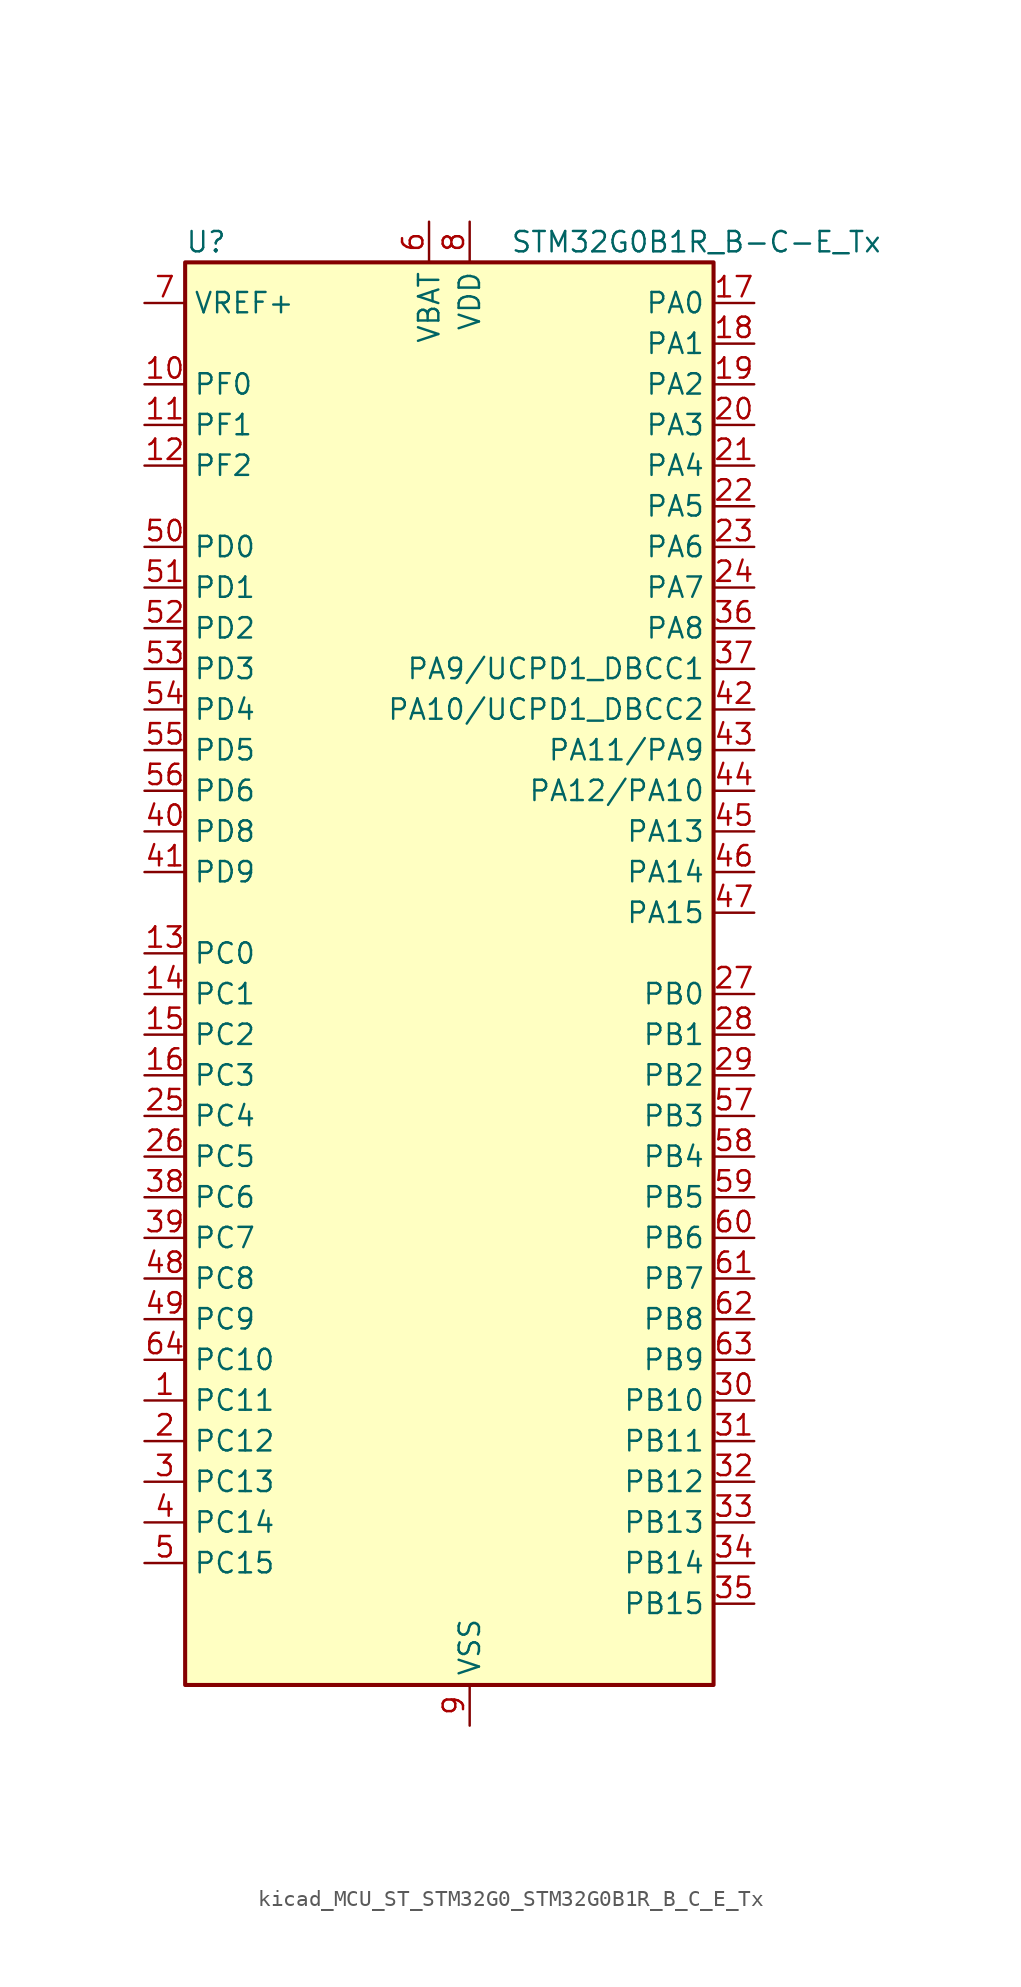
<source format=kicad_sym>
(kicad_symbol_lib
  (version 20220914)
  (generator kicad_symbol_editor)
  (symbol "kicad_MCU_ST_STM32G0_STM32G0B1R_B_C_E_Tx"
    (property "Reference" "U"
      (at -15.24 46.99 0)
      (effects (font (size 1.27 1.27)) (justify left)))
    (property "Value" "STM32G0B1R_B-C-E_Tx"
      (at 5.08 46.99 0)
      (effects (font (size 1.27 1.27)) (justify left)))
    (property "ki_locked" ""
      (at 0 0 0)
      (effects (font (size 1.27 1.27))))
    (symbol "kicad_MCU_ST_STM32G0_STM32G0B1R_B_C_E_Tx_0_1"
      (rectangle (start -15.24 -43.18) (end 17.78 45.72) (stroke (width 0.254) (type default)) (fill (type background))))
    (symbol "kicad_MCU_ST_STM32G0_STM32G0B1R_B_C_E_Tx_1_1"
      (pin bidirectional line (at -17.78 -25.4 0) (length 2.54) (name "PC11" (effects (font (size 1.27 1.27)))) (number "1" (effects (font (size 1.27 1.27)))) (alternate "ADC1_EXTI11" bidirectional line) (alternate "SPI3_MISO" bidirectional line) (alternate "TIM1_CH4" bidirectional line) (alternate "USART3_RX" bidirectional line) (alternate "USART4_RX" bidirectional line))
      (pin bidirectional line (at -17.78 38.1 0) (length 2.54) (name "PF0" (effects (font (size 1.27 1.27)))) (number "10" (effects (font (size 1.27 1.27)))) (alternate "CRS1_SYNC" bidirectional line) (alternate "RCC_OSC_IN" bidirectional line) (alternate "TIM14_CH1" bidirectional line))
      (pin bidirectional line (at -17.78 35.56 0) (length 2.54) (name "PF1" (effects (font (size 1.27 1.27)))) (number "11" (effects (font (size 1.27 1.27)))) (alternate "RCC_OSC_EN" bidirectional line) (alternate "RCC_OSC_OUT" bidirectional line) (alternate "TIM15_CH1N" bidirectional line))
      (pin bidirectional line (at -17.78 33.02 0) (length 2.54) (name "PF2" (effects (font (size 1.27 1.27)))) (number "12" (effects (font (size 1.27 1.27)))) (alternate "LPUART2_DE" bidirectional line) (alternate "LPUART2_RTS" bidirectional line) (alternate "LPUART2_TX" bidirectional line) (alternate "RCC_MCO" bidirectional line))
      (pin bidirectional line (at -17.78 2.54 0) (length 2.54) (name "PC0" (effects (font (size 1.27 1.27)))) (number "13" (effects (font (size 1.27 1.27)))) (alternate "COMP3_INM" bidirectional line) (alternate "COMP3_OUT" bidirectional line) (alternate "I2C3_SCL" bidirectional line) (alternate "LPTIM1_IN1" bidirectional line) (alternate "LPTIM2_IN1" bidirectional line) (alternate "LPUART1_RX" bidirectional line) (alternate "LPUART2_TX" bidirectional line) (alternate "USART6_TX" bidirectional line))
      (pin bidirectional line (at -17.78 0 0) (length 2.54) (name "PC1" (effects (font (size 1.27 1.27)))) (number "14" (effects (font (size 1.27 1.27)))) (alternate "COMP3_INP" bidirectional line) (alternate "I2C3_SDA" bidirectional line) (alternate "LPTIM1_OUT" bidirectional line) (alternate "LPUART1_TX" bidirectional line) (alternate "LPUART2_RX" bidirectional line) (alternate "TIM15_CH1" bidirectional line) (alternate "USART6_RX" bidirectional line))
      (pin bidirectional line (at -17.78 -2.54 0) (length 2.54) (name "PC2" (effects (font (size 1.27 1.27)))) (number "15" (effects (font (size 1.27 1.27)))) (alternate "COMP3_OUT" bidirectional line) (alternate "FDCAN2_RX" bidirectional line) (alternate "I2S2_MCK" bidirectional line) (alternate "LPTIM1_IN2" bidirectional line) (alternate "SPI2_MISO" bidirectional line) (alternate "TIM15_CH2" bidirectional line))
      (pin bidirectional line (at -17.78 -5.08 0) (length 2.54) (name "PC3" (effects (font (size 1.27 1.27)))) (number "16" (effects (font (size 1.27 1.27)))) (alternate "FDCAN2_TX" bidirectional line) (alternate "I2S2_SD" bidirectional line) (alternate "LPTIM1_ETR" bidirectional line) (alternate "LPTIM2_ETR" bidirectional line) (alternate "SPI2_MOSI" bidirectional line))
      (pin bidirectional line (at 20.32 43.18 180) (length 2.54) (name "PA0" (effects (font (size 1.27 1.27)))) (number "17" (effects (font (size 1.27 1.27)))) (alternate "ADC1_IN0" bidirectional line) (alternate "COMP1_INM" bidirectional line) (alternate "COMP1_OUT" bidirectional line) (alternate "I2S2_CK" bidirectional line) (alternate "LPTIM1_OUT" bidirectional line) (alternate "RTC_TAMP_IN2" bidirectional line) (alternate "SPI2_SCK" bidirectional line) (alternate "SYS_WKUP1" bidirectional line) (alternate "TIM2_CH1" bidirectional line) (alternate "TIM2_ETR" bidirectional line) (alternate "UCPD2_FRSTX1" bidirectional line) (alternate "UCPD2_FRSTX2" bidirectional line) (alternate "USART2_CTS" bidirectional line) (alternate "USART2_NSS" bidirectional line) (alternate "USART4_TX" bidirectional line))
      (pin bidirectional line (at 20.32 40.64 180) (length 2.54) (name "PA1" (effects (font (size 1.27 1.27)))) (number "18" (effects (font (size 1.27 1.27)))) (alternate "ADC1_IN1" bidirectional line) (alternate "COMP1_INP" bidirectional line) (alternate "I2C1_SMBA" bidirectional line) (alternate "I2S1_CK" bidirectional line) (alternate "SPI1_SCK" bidirectional line) (alternate "TIM15_CH1N" bidirectional line) (alternate "TIM2_CH2" bidirectional line) (alternate "USART2_CK" bidirectional line) (alternate "USART2_DE" bidirectional line) (alternate "USART2_RTS" bidirectional line) (alternate "USART4_RX" bidirectional line))
      (pin bidirectional line (at 20.32 38.1 180) (length 2.54) (name "PA2" (effects (font (size 1.27 1.27)))) (number "19" (effects (font (size 1.27 1.27)))) (alternate "ADC1_IN2" bidirectional line) (alternate "COMP2_INM" bidirectional line) (alternate "COMP2_OUT" bidirectional line) (alternate "I2S1_SD" bidirectional line) (alternate "LPUART1_TX" bidirectional line) (alternate "RCC_LSCO" bidirectional line) (alternate "SPI1_MOSI" bidirectional line) (alternate "SYS_WKUP4" bidirectional line) (alternate "TIM15_CH1" bidirectional line) (alternate "TIM2_CH3" bidirectional line) (alternate "UCPD1_FRSTX1" bidirectional line) (alternate "UCPD1_FRSTX2" bidirectional line) (alternate "USART2_TX" bidirectional line))
      (pin bidirectional line (at -17.78 -27.94 0) (length 2.54) (name "PC12" (effects (font (size 1.27 1.27)))) (number "2" (effects (font (size 1.27 1.27)))) (alternate "LPTIM1_IN1" bidirectional line) (alternate "SPI3_MOSI" bidirectional line) (alternate "TIM14_CH1" bidirectional line) (alternate "UCPD1_FRSTX1" bidirectional line) (alternate "UCPD1_FRSTX2" bidirectional line) (alternate "USART5_TX" bidirectional line))
      (pin bidirectional line (at 20.32 35.56 180) (length 2.54) (name "PA3" (effects (font (size 1.27 1.27)))) (number "20" (effects (font (size 1.27 1.27)))) (alternate "ADC1_IN3" bidirectional line) (alternate "COMP2_INP" bidirectional line) (alternate "I2S2_MCK" bidirectional line) (alternate "LPUART1_RX" bidirectional line) (alternate "SPI2_MISO" bidirectional line) (alternate "TIM15_CH2" bidirectional line) (alternate "TIM2_CH4" bidirectional line) (alternate "UCPD2_FRSTX1" bidirectional line) (alternate "UCPD2_FRSTX2" bidirectional line) (alternate "USART2_RX" bidirectional line))
      (pin bidirectional line (at 20.32 33.02 180) (length 2.54) (name "PA4" (effects (font (size 1.27 1.27)))) (number "21" (effects (font (size 1.27 1.27)))) (alternate "ADC1_IN4" bidirectional line) (alternate "DAC1_OUT1" bidirectional line) (alternate "I2S1_WS" bidirectional line) (alternate "I2S2_SD" bidirectional line) (alternate "LPTIM2_OUT" bidirectional line) (alternate "RTC_OUT2" bidirectional line) (alternate "SPI1_NSS" bidirectional line) (alternate "SPI2_MOSI" bidirectional line) (alternate "SPI3_NSS" bidirectional line) (alternate "TIM14_CH1" bidirectional line) (alternate "UCPD2_FRSTX1" bidirectional line) (alternate "UCPD2_FRSTX2" bidirectional line) (alternate "USART6_TX" bidirectional line) (alternate "USB_NOE" bidirectional line))
      (pin bidirectional line (at 20.32 30.48 180) (length 2.54) (name "PA5" (effects (font (size 1.27 1.27)))) (number "22" (effects (font (size 1.27 1.27)))) (alternate "ADC1_IN5" bidirectional line) (alternate "CEC" bidirectional line) (alternate "DAC1_OUT2" bidirectional line) (alternate "I2S1_CK" bidirectional line) (alternate "LPTIM2_ETR" bidirectional line) (alternate "SPI1_SCK" bidirectional line) (alternate "TIM2_CH1" bidirectional line) (alternate "TIM2_ETR" bidirectional line) (alternate "UCPD1_FRSTX1" bidirectional line) (alternate "UCPD1_FRSTX2" bidirectional line) (alternate "USART3_TX" bidirectional line) (alternate "USART6_RX" bidirectional line))
      (pin bidirectional line (at 20.32 27.94 180) (length 2.54) (name "PA6" (effects (font (size 1.27 1.27)))) (number "23" (effects (font (size 1.27 1.27)))) (alternate "ADC1_IN6" bidirectional line) (alternate "COMP1_OUT" bidirectional line) (alternate "I2C2_SDA" bidirectional line) (alternate "I2C3_SDA" bidirectional line) (alternate "I2S1_MCK" bidirectional line) (alternate "LPUART1_CTS" bidirectional line) (alternate "SPI1_MISO" bidirectional line) (alternate "TIM16_CH1" bidirectional line) (alternate "TIM1_BK" bidirectional line) (alternate "TIM3_CH1" bidirectional line) (alternate "USART3_CTS" bidirectional line) (alternate "USART3_NSS" bidirectional line) (alternate "USART6_CTS" bidirectional line) (alternate "USART6_NSS" bidirectional line))
      (pin bidirectional line (at 20.32 25.4 180) (length 2.54) (name "PA7" (effects (font (size 1.27 1.27)))) (number "24" (effects (font (size 1.27 1.27)))) (alternate "ADC1_IN7" bidirectional line) (alternate "COMP2_OUT" bidirectional line) (alternate "I2C2_SCL" bidirectional line) (alternate "I2C3_SCL" bidirectional line) (alternate "I2S1_SD" bidirectional line) (alternate "SPI1_MOSI" bidirectional line) (alternate "TIM14_CH1" bidirectional line) (alternate "TIM17_CH1" bidirectional line) (alternate "TIM1_CH1N" bidirectional line) (alternate "TIM3_CH2" bidirectional line) (alternate "UCPD1_FRSTX1" bidirectional line) (alternate "UCPD1_FRSTX2" bidirectional line) (alternate "USART6_CK" bidirectional line) (alternate "USART6_DE" bidirectional line) (alternate "USART6_RTS" bidirectional line))
      (pin bidirectional line (at -17.78 -7.62 0) (length 2.54) (name "PC4" (effects (font (size 1.27 1.27)))) (number "25" (effects (font (size 1.27 1.27)))) (alternate "ADC1_IN17" bidirectional line) (alternate "COMP1_INM" bidirectional line) (alternate "FDCAN1_RX" bidirectional line) (alternate "TIM2_CH1" bidirectional line) (alternate "TIM2_ETR" bidirectional line) (alternate "USART1_TX" bidirectional line) (alternate "USART3_TX" bidirectional line))
      (pin bidirectional line (at -17.78 -10.16 0) (length 2.54) (name "PC5" (effects (font (size 1.27 1.27)))) (number "26" (effects (font (size 1.27 1.27)))) (alternate "ADC1_IN18" bidirectional line) (alternate "COMP1_INP" bidirectional line) (alternate "FDCAN1_TX" bidirectional line) (alternate "SYS_WKUP5" bidirectional line) (alternate "TIM2_CH2" bidirectional line) (alternate "USART1_RX" bidirectional line) (alternate "USART3_RX" bidirectional line))
      (pin bidirectional line (at 20.32 0 180) (length 2.54) (name "PB0" (effects (font (size 1.27 1.27)))) (number "27" (effects (font (size 1.27 1.27)))) (alternate "ADC1_IN8" bidirectional line) (alternate "COMP1_OUT" bidirectional line) (alternate "COMP3_INP" bidirectional line) (alternate "FDCAN2_RX" bidirectional line) (alternate "I2S1_WS" bidirectional line) (alternate "LPTIM1_OUT" bidirectional line) (alternate "LPUART2_CTS" bidirectional line) (alternate "SPI1_NSS" bidirectional line) (alternate "TIM1_CH2N" bidirectional line) (alternate "TIM3_CH3" bidirectional line) (alternate "UCPD1_FRSTX1" bidirectional line) (alternate "UCPD1_FRSTX2" bidirectional line) (alternate "USART3_RX" bidirectional line) (alternate "USART5_TX" bidirectional line))
      (pin bidirectional line (at 20.32 -2.54 180) (length 2.54) (name "PB1" (effects (font (size 1.27 1.27)))) (number "28" (effects (font (size 1.27 1.27)))) (alternate "ADC1_IN9" bidirectional line) (alternate "COMP1_INM" bidirectional line) (alternate "COMP3_OUT" bidirectional line) (alternate "FDCAN2_TX" bidirectional line) (alternate "LPTIM2_IN1" bidirectional line) (alternate "LPUART1_DE" bidirectional line) (alternate "LPUART1_RTS" bidirectional line) (alternate "LPUART2_DE" bidirectional line) (alternate "LPUART2_RTS" bidirectional line) (alternate "TIM14_CH1" bidirectional line) (alternate "TIM1_CH3N" bidirectional line) (alternate "TIM3_CH4" bidirectional line) (alternate "USART3_CK" bidirectional line) (alternate "USART3_DE" bidirectional line) (alternate "USART3_RTS" bidirectional line) (alternate "USART5_RX" bidirectional line))
      (pin bidirectional line (at 20.32 -5.08 180) (length 2.54) (name "PB2" (effects (font (size 1.27 1.27)))) (number "29" (effects (font (size 1.27 1.27)))) (alternate "ADC1_IN10" bidirectional line) (alternate "COMP1_INP" bidirectional line) (alternate "COMP3_INM" bidirectional line) (alternate "I2S2_MCK" bidirectional line) (alternate "LPTIM1_OUT" bidirectional line) (alternate "RCC_MCO_2" bidirectional line) (alternate "SPI2_MISO" bidirectional line) (alternate "USART3_TX" bidirectional line))
      (pin bidirectional line (at -17.78 -30.48 0) (length 2.54) (name "PC13" (effects (font (size 1.27 1.27)))) (number "3" (effects (font (size 1.27 1.27)))) (alternate "RTC_OUT1" bidirectional line) (alternate "RTC_TAMP_IN1" bidirectional line) (alternate "RTC_TS" bidirectional line) (alternate "SYS_WKUP2" bidirectional line) (alternate "TIM1_BK" bidirectional line))
      (pin bidirectional line (at 20.32 -25.4 180) (length 2.54) (name "PB10" (effects (font (size 1.27 1.27)))) (number "30" (effects (font (size 1.27 1.27)))) (alternate "ADC1_IN11" bidirectional line) (alternate "CEC" bidirectional line) (alternate "COMP1_OUT" bidirectional line) (alternate "I2C2_SCL" bidirectional line) (alternate "I2S2_CK" bidirectional line) (alternate "LPUART1_RX" bidirectional line) (alternate "SPI2_SCK" bidirectional line) (alternate "TIM2_CH3" bidirectional line) (alternate "USART3_TX" bidirectional line))
      (pin bidirectional line (at 20.32 -27.94 180) (length 2.54) (name "PB11" (effects (font (size 1.27 1.27)))) (number "31" (effects (font (size 1.27 1.27)))) (alternate "ADC1_EXTI11" bidirectional line) (alternate "ADC1_IN15" bidirectional line) (alternate "COMP2_OUT" bidirectional line) (alternate "I2C2_SDA" bidirectional line) (alternate "I2S2_SD" bidirectional line) (alternate "LPUART1_TX" bidirectional line) (alternate "SPI2_MOSI" bidirectional line) (alternate "TIM2_CH4" bidirectional line) (alternate "USART3_RX" bidirectional line))
      (pin bidirectional line (at 20.32 -30.48 180) (length 2.54) (name "PB12" (effects (font (size 1.27 1.27)))) (number "32" (effects (font (size 1.27 1.27)))) (alternate "ADC1_IN16" bidirectional line) (alternate "FDCAN2_RX" bidirectional line) (alternate "I2C2_SMBA" bidirectional line) (alternate "I2S2_WS" bidirectional line) (alternate "LPUART1_DE" bidirectional line) (alternate "LPUART1_RTS" bidirectional line) (alternate "SPI2_NSS" bidirectional line) (alternate "TIM15_BK" bidirectional line) (alternate "TIM1_BK" bidirectional line) (alternate "UCPD2_FRSTX1" bidirectional line) (alternate "UCPD2_FRSTX2" bidirectional line))
      (pin bidirectional line (at 20.32 -33.02 180) (length 2.54) (name "PB13" (effects (font (size 1.27 1.27)))) (number "33" (effects (font (size 1.27 1.27)))) (alternate "FDCAN2_TX" bidirectional line) (alternate "I2C2_SCL" bidirectional line) (alternate "I2S2_CK" bidirectional line) (alternate "LPUART1_CTS" bidirectional line) (alternate "SPI2_SCK" bidirectional line) (alternate "TIM15_CH1N" bidirectional line) (alternate "TIM1_CH1N" bidirectional line) (alternate "USART3_CTS" bidirectional line) (alternate "USART3_NSS" bidirectional line))
      (pin bidirectional line (at 20.32 -35.56 180) (length 2.54) (name "PB14" (effects (font (size 1.27 1.27)))) (number "34" (effects (font (size 1.27 1.27)))) (alternate "I2C2_SDA" bidirectional line) (alternate "I2S2_MCK" bidirectional line) (alternate "SPI2_MISO" bidirectional line) (alternate "TIM15_CH1" bidirectional line) (alternate "TIM1_CH2N" bidirectional line) (alternate "UCPD1_FRSTX1" bidirectional line) (alternate "UCPD1_FRSTX2" bidirectional line) (alternate "USART3_CK" bidirectional line) (alternate "USART3_DE" bidirectional line) (alternate "USART3_RTS" bidirectional line) (alternate "USART6_CK" bidirectional line) (alternate "USART6_DE" bidirectional line) (alternate "USART6_RTS" bidirectional line))
      (pin bidirectional line (at 20.32 -38.1 180) (length 2.54) (name "PB15" (effects (font (size 1.27 1.27)))) (number "35" (effects (font (size 1.27 1.27)))) (alternate "I2S2_SD" bidirectional line) (alternate "RTC_REFIN" bidirectional line) (alternate "SPI2_MOSI" bidirectional line) (alternate "TIM15_CH1N" bidirectional line) (alternate "TIM15_CH2" bidirectional line) (alternate "TIM1_CH3N" bidirectional line) (alternate "UCPD1_CC2" bidirectional line) (alternate "USART6_CTS" bidirectional line) (alternate "USART6_NSS" bidirectional line))
      (pin bidirectional line (at 20.32 22.86 180) (length 2.54) (name "PA8" (effects (font (size 1.27 1.27)))) (number "36" (effects (font (size 1.27 1.27)))) (alternate "CRS1_SYNC" bidirectional line) (alternate "I2C2_SMBA" bidirectional line) (alternate "I2S2_WS" bidirectional line) (alternate "LPTIM2_OUT" bidirectional line) (alternate "RCC_MCO" bidirectional line) (alternate "SPI2_NSS" bidirectional line) (alternate "TIM1_CH1" bidirectional line) (alternate "UCPD1_CC1" bidirectional line))
      (pin bidirectional line (at 20.32 20.32 180) (length 2.54) (name "PA9/UCPD1_DBCC1" (effects (font (size 1.27 1.27)))) (number "37" (effects (font (size 1.27 1.27)))) (alternate "DAC1_EXTI9" bidirectional line) (alternate "I2C1_SCL" bidirectional line) (alternate "I2C2_SCL" bidirectional line) (alternate "I2S2_MCK" bidirectional line) (alternate "RCC_MCO" bidirectional line) (alternate "SPI2_MISO" bidirectional line) (alternate "TIM15_BK" bidirectional line) (alternate "TIM1_CH2" bidirectional line) (alternate "UCPD1_DBCC1" bidirectional line) (alternate "USART1_TX" bidirectional line))
      (pin bidirectional line (at -17.78 -12.7 0) (length 2.54) (name "PC6" (effects (font (size 1.27 1.27)))) (number "38" (effects (font (size 1.27 1.27)))) (alternate "LPUART2_TX" bidirectional line) (alternate "TIM2_CH3" bidirectional line) (alternate "TIM3_CH1" bidirectional line) (alternate "UCPD1_FRSTX1" bidirectional line) (alternate "UCPD1_FRSTX2" bidirectional line))
      (pin bidirectional line (at -17.78 -15.24 0) (length 2.54) (name "PC7" (effects (font (size 1.27 1.27)))) (number "39" (effects (font (size 1.27 1.27)))) (alternate "LPUART2_RX" bidirectional line) (alternate "TIM2_CH4" bidirectional line) (alternate "TIM3_CH2" bidirectional line) (alternate "UCPD2_FRSTX1" bidirectional line) (alternate "UCPD2_FRSTX2" bidirectional line))
      (pin bidirectional line (at -17.78 -33.02 0) (length 2.54) (name "PC14" (effects (font (size 1.27 1.27)))) (number "4" (effects (font (size 1.27 1.27)))) (alternate "RCC_OSC32_IN" bidirectional line) (alternate "TIM1_BK2" bidirectional line))
      (pin bidirectional line (at -17.78 10.16 0) (length 2.54) (name "PD8" (effects (font (size 1.27 1.27)))) (number "40" (effects (font (size 1.27 1.27)))) (alternate "I2S1_CK" bidirectional line) (alternate "LPTIM1_OUT" bidirectional line) (alternate "SPI1_SCK" bidirectional line) (alternate "USART3_TX" bidirectional line))
      (pin bidirectional line (at -17.78 7.62 0) (length 2.54) (name "PD9" (effects (font (size 1.27 1.27)))) (number "41" (effects (font (size 1.27 1.27)))) (alternate "DAC1_EXTI9" bidirectional line) (alternate "I2S1_WS" bidirectional line) (alternate "SPI1_NSS" bidirectional line) (alternate "TIM1_BK2" bidirectional line) (alternate "USART3_RX" bidirectional line))
      (pin bidirectional line (at 20.32 17.78 180) (length 2.54) (name "PA10/UCPD1_DBCC2" (effects (font (size 1.27 1.27)))) (number "42" (effects (font (size 1.27 1.27)))) (alternate "I2C1_SDA" bidirectional line) (alternate "I2C2_SDA" bidirectional line) (alternate "I2S2_SD" bidirectional line) (alternate "RCC_MCO_2" bidirectional line) (alternate "SPI2_MOSI" bidirectional line) (alternate "TIM17_BK" bidirectional line) (alternate "TIM1_CH3" bidirectional line) (alternate "UCPD1_DBCC2" bidirectional line) (alternate "USART1_RX" bidirectional line))
      (pin bidirectional line (at 20.32 15.24 180) (length 2.54) (name "PA11/PA9" (effects (font (size 1.27 1.27)))) (number "43" (effects (font (size 1.27 1.27)))) (alternate "ADC1_EXTI11" bidirectional line) (alternate "COMP1_OUT" bidirectional line) (alternate "FDCAN1_RX" bidirectional line) (alternate "I2C2_SCL" bidirectional line) (alternate "I2S1_MCK" bidirectional line) (alternate "SPI1_MISO" bidirectional line) (alternate "TIM1_BK2" bidirectional line) (alternate "TIM1_CH4" bidirectional line) (alternate "USART1_CTS" bidirectional line) (alternate "USART1_NSS" bidirectional line) (alternate "USB_DM" bidirectional line))
      (pin bidirectional line (at 20.32 12.7 180) (length 2.54) (name "PA12/PA10" (effects (font (size 1.27 1.27)))) (number "44" (effects (font (size 1.27 1.27)))) (alternate "COMP2_OUT" bidirectional line) (alternate "FDCAN1_TX" bidirectional line) (alternate "I2C2_SDA" bidirectional line) (alternate "I2S1_SD" bidirectional line) (alternate "I2S_CKIN" bidirectional line) (alternate "SPI1_MOSI" bidirectional line) (alternate "TIM1_ETR" bidirectional line) (alternate "USART1_CK" bidirectional line) (alternate "USART1_DE" bidirectional line) (alternate "USART1_RTS" bidirectional line) (alternate "USB_DP" bidirectional line))
      (pin bidirectional line (at 20.32 10.16 180) (length 2.54) (name "PA13" (effects (font (size 1.27 1.27)))) (number "45" (effects (font (size 1.27 1.27)))) (alternate "IR_OUT" bidirectional line) (alternate "LPUART2_RX" bidirectional line) (alternate "SYS_SWDIO" bidirectional line) (alternate "USB_NOE" bidirectional line))
      (pin bidirectional line (at 20.32 7.62 180) (length 2.54) (name "PA14" (effects (font (size 1.27 1.27)))) (number "46" (effects (font (size 1.27 1.27)))) (alternate "LPUART2_TX" bidirectional line) (alternate "SYS_SWCLK" bidirectional line) (alternate "USART2_TX" bidirectional line))
      (pin bidirectional line (at 20.32 5.08 180) (length 2.54) (name "PA15" (effects (font (size 1.27 1.27)))) (number "47" (effects (font (size 1.27 1.27)))) (alternate "I2C2_SMBA" bidirectional line) (alternate "I2S1_WS" bidirectional line) (alternate "RCC_MCO_2" bidirectional line) (alternate "SPI1_NSS" bidirectional line) (alternate "SPI3_NSS" bidirectional line) (alternate "TIM2_CH1" bidirectional line) (alternate "TIM2_ETR" bidirectional line) (alternate "USART2_RX" bidirectional line) (alternate "USART3_CK" bidirectional line) (alternate "USART3_DE" bidirectional line) (alternate "USART3_RTS" bidirectional line) (alternate "USART4_CK" bidirectional line) (alternate "USART4_DE" bidirectional line) (alternate "USART4_RTS" bidirectional line) (alternate "USB_NOE" bidirectional line))
      (pin bidirectional line (at -17.78 -17.78 0) (length 2.54) (name "PC8" (effects (font (size 1.27 1.27)))) (number "48" (effects (font (size 1.27 1.27)))) (alternate "LPUART2_CTS" bidirectional line) (alternate "TIM1_CH1" bidirectional line) (alternate "TIM3_CH3" bidirectional line) (alternate "UCPD2_FRSTX1" bidirectional line) (alternate "UCPD2_FRSTX2" bidirectional line))
      (pin bidirectional line (at -17.78 -20.32 0) (length 2.54) (name "PC9" (effects (font (size 1.27 1.27)))) (number "49" (effects (font (size 1.27 1.27)))) (alternate "DAC1_EXTI9" bidirectional line) (alternate "I2S_CKIN" bidirectional line) (alternate "LPUART2_DE" bidirectional line) (alternate "LPUART2_RTS" bidirectional line) (alternate "TIM1_CH2" bidirectional line) (alternate "TIM3_CH4" bidirectional line) (alternate "USB_NOE" bidirectional line))
      (pin bidirectional line (at -17.78 -35.56 0) (length 2.54) (name "PC15" (effects (font (size 1.27 1.27)))) (number "5" (effects (font (size 1.27 1.27)))) (alternate "RCC_OSC32_EN" bidirectional line) (alternate "RCC_OSC32_OUT" bidirectional line) (alternate "RCC_OSC_EN" bidirectional line) (alternate "TIM15_BK" bidirectional line))
      (pin bidirectional line (at -17.78 27.94 0) (length 2.54) (name "PD0" (effects (font (size 1.27 1.27)))) (number "50" (effects (font (size 1.27 1.27)))) (alternate "FDCAN1_RX" bidirectional line) (alternate "I2S2_WS" bidirectional line) (alternate "SPI2_NSS" bidirectional line) (alternate "TIM16_CH1" bidirectional line) (alternate "UCPD2_CC1" bidirectional line))
      (pin bidirectional line (at -17.78 25.4 0) (length 2.54) (name "PD1" (effects (font (size 1.27 1.27)))) (number "51" (effects (font (size 1.27 1.27)))) (alternate "FDCAN1_TX" bidirectional line) (alternate "I2S2_CK" bidirectional line) (alternate "SPI2_SCK" bidirectional line) (alternate "TIM17_CH1" bidirectional line) (alternate "UCPD2_DBCC1" bidirectional line))
      (pin bidirectional line (at -17.78 22.86 0) (length 2.54) (name "PD2" (effects (font (size 1.27 1.27)))) (number "52" (effects (font (size 1.27 1.27)))) (alternate "TIM1_CH1N" bidirectional line) (alternate "TIM3_ETR" bidirectional line) (alternate "UCPD2_CC2" bidirectional line) (alternate "USART3_CK" bidirectional line) (alternate "USART3_DE" bidirectional line) (alternate "USART3_RTS" bidirectional line) (alternate "USART5_RX" bidirectional line))
      (pin bidirectional line (at -17.78 20.32 0) (length 2.54) (name "PD3" (effects (font (size 1.27 1.27)))) (number "53" (effects (font (size 1.27 1.27)))) (alternate "I2S2_MCK" bidirectional line) (alternate "SPI2_MISO" bidirectional line) (alternate "TIM1_CH2N" bidirectional line) (alternate "UCPD2_DBCC2" bidirectional line) (alternate "USART2_CTS" bidirectional line) (alternate "USART2_NSS" bidirectional line) (alternate "USART5_TX" bidirectional line))
      (pin bidirectional line (at -17.78 17.78 0) (length 2.54) (name "PD4" (effects (font (size 1.27 1.27)))) (number "54" (effects (font (size 1.27 1.27)))) (alternate "I2S2_SD" bidirectional line) (alternate "SPI2_MOSI" bidirectional line) (alternate "TIM1_CH3N" bidirectional line) (alternate "USART2_CK" bidirectional line) (alternate "USART2_DE" bidirectional line) (alternate "USART2_RTS" bidirectional line) (alternate "USART5_CK" bidirectional line) (alternate "USART5_DE" bidirectional line) (alternate "USART5_RTS" bidirectional line))
      (pin bidirectional line (at -17.78 15.24 0) (length 2.54) (name "PD5" (effects (font (size 1.27 1.27)))) (number "55" (effects (font (size 1.27 1.27)))) (alternate "I2S1_MCK" bidirectional line) (alternate "SPI1_MISO" bidirectional line) (alternate "TIM1_BK" bidirectional line) (alternate "USART2_TX" bidirectional line) (alternate "USART5_CTS" bidirectional line) (alternate "USART5_NSS" bidirectional line))
      (pin bidirectional line (at -17.78 12.7 0) (length 2.54) (name "PD6" (effects (font (size 1.27 1.27)))) (number "56" (effects (font (size 1.27 1.27)))) (alternate "I2S1_SD" bidirectional line) (alternate "LPTIM2_OUT" bidirectional line) (alternate "SPI1_MOSI" bidirectional line) (alternate "USART2_RX" bidirectional line))
      (pin bidirectional line (at 20.32 -7.62 180) (length 2.54) (name "PB3" (effects (font (size 1.27 1.27)))) (number "57" (effects (font (size 1.27 1.27)))) (alternate "COMP2_INM" bidirectional line) (alternate "I2C2_SCL" bidirectional line) (alternate "I2C3_SCL" bidirectional line) (alternate "I2S1_CK" bidirectional line) (alternate "SPI1_SCK" bidirectional line) (alternate "SPI3_SCK" bidirectional line) (alternate "TIM1_CH2" bidirectional line) (alternate "TIM2_CH2" bidirectional line) (alternate "USART1_CK" bidirectional line) (alternate "USART1_DE" bidirectional line) (alternate "USART1_RTS" bidirectional line) (alternate "USART5_TX" bidirectional line))
      (pin bidirectional line (at 20.32 -10.16 180) (length 2.54) (name "PB4" (effects (font (size 1.27 1.27)))) (number "58" (effects (font (size 1.27 1.27)))) (alternate "COMP2_INP" bidirectional line) (alternate "I2C2_SDA" bidirectional line) (alternate "I2C3_SDA" bidirectional line) (alternate "I2S1_MCK" bidirectional line) (alternate "SPI1_MISO" bidirectional line) (alternate "SPI3_MISO" bidirectional line) (alternate "TIM17_BK" bidirectional line) (alternate "TIM3_CH1" bidirectional line) (alternate "USART1_CTS" bidirectional line) (alternate "USART1_NSS" bidirectional line) (alternate "USART5_RX" bidirectional line))
      (pin bidirectional line (at 20.32 -12.7 180) (length 2.54) (name "PB5" (effects (font (size 1.27 1.27)))) (number "59" (effects (font (size 1.27 1.27)))) (alternate "COMP2_OUT" bidirectional line) (alternate "FDCAN2_RX" bidirectional line) (alternate "I2C1_SMBA" bidirectional line) (alternate "I2S1_SD" bidirectional line) (alternate "LPTIM1_IN1" bidirectional line) (alternate "SPI1_MOSI" bidirectional line) (alternate "SPI3_MOSI" bidirectional line) (alternate "SYS_WKUP6" bidirectional line) (alternate "TIM16_BK" bidirectional line) (alternate "TIM3_CH2" bidirectional line) (alternate "USART5_CK" bidirectional line) (alternate "USART5_DE" bidirectional line) (alternate "USART5_RTS" bidirectional line))
      (pin power_in line (at 0 48.26 270) (length 2.54) (name "VBAT" (effects (font (size 1.27 1.27)))) (number "6" (effects (font (size 1.27 1.27)))))
      (pin bidirectional line (at 20.32 -15.24 180) (length 2.54) (name "PB6" (effects (font (size 1.27 1.27)))) (number "60" (effects (font (size 1.27 1.27)))) (alternate "COMP2_INP" bidirectional line) (alternate "FDCAN2_TX" bidirectional line) (alternate "I2C1_SCL" bidirectional line) (alternate "I2S2_MCK" bidirectional line) (alternate "LPTIM1_ETR" bidirectional line) (alternate "LPUART2_TX" bidirectional line) (alternate "SPI2_MISO" bidirectional line) (alternate "TIM16_CH1N" bidirectional line) (alternate "TIM1_CH3" bidirectional line) (alternate "TIM4_CH1" bidirectional line) (alternate "USART1_TX" bidirectional line) (alternate "USART5_CTS" bidirectional line) (alternate "USART5_NSS" bidirectional line))
      (pin bidirectional line (at 20.32 -17.78 180) (length 2.54) (name "PB7" (effects (font (size 1.27 1.27)))) (number "61" (effects (font (size 1.27 1.27)))) (alternate "COMP2_INM" bidirectional line) (alternate "I2C1_SDA" bidirectional line) (alternate "I2S2_SD" bidirectional line) (alternate "LPTIM1_IN2" bidirectional line) (alternate "LPUART2_RX" bidirectional line) (alternate "SPI2_MOSI" bidirectional line) (alternate "SYS_PVD_IN" bidirectional line) (alternate "TIM17_CH1N" bidirectional line) (alternate "TIM4_CH2" bidirectional line) (alternate "USART1_RX" bidirectional line) (alternate "USART4_CTS" bidirectional line) (alternate "USART4_NSS" bidirectional line))
      (pin bidirectional line (at 20.32 -20.32 180) (length 2.54) (name "PB8" (effects (font (size 1.27 1.27)))) (number "62" (effects (font (size 1.27 1.27)))) (alternate "CEC" bidirectional line) (alternate "FDCAN1_RX" bidirectional line) (alternate "I2C1_SCL" bidirectional line) (alternate "I2S2_CK" bidirectional line) (alternate "SPI2_SCK" bidirectional line) (alternate "TIM15_BK" bidirectional line) (alternate "TIM16_CH1" bidirectional line) (alternate "TIM4_CH3" bidirectional line) (alternate "USART3_TX" bidirectional line) (alternate "USART6_TX" bidirectional line))
      (pin bidirectional line (at 20.32 -22.86 180) (length 2.54) (name "PB9" (effects (font (size 1.27 1.27)))) (number "63" (effects (font (size 1.27 1.27)))) (alternate "DAC1_EXTI9" bidirectional line) (alternate "FDCAN1_TX" bidirectional line) (alternate "I2C1_SDA" bidirectional line) (alternate "I2S2_WS" bidirectional line) (alternate "IR_OUT" bidirectional line) (alternate "SPI2_NSS" bidirectional line) (alternate "TIM17_CH1" bidirectional line) (alternate "TIM4_CH4" bidirectional line) (alternate "UCPD2_FRSTX1" bidirectional line) (alternate "UCPD2_FRSTX2" bidirectional line) (alternate "USART3_RX" bidirectional line) (alternate "USART6_RX" bidirectional line))
      (pin bidirectional line (at -17.78 -22.86 0) (length 2.54) (name "PC10" (effects (font (size 1.27 1.27)))) (number "64" (effects (font (size 1.27 1.27)))) (alternate "SPI3_SCK" bidirectional line) (alternate "TIM1_CH3" bidirectional line) (alternate "USART3_TX" bidirectional line) (alternate "USART4_TX" bidirectional line))
      (pin input line (at -17.78 43.18 0) (length 2.54) (name "VREF+" (effects (font (size 1.27 1.27)))) (number "7" (effects (font (size 1.27 1.27)))) (alternate "VREFBUF_OUT" bidirectional line))
      (pin power_in line (at 2.54 48.26 270) (length 2.54) (name "VDD" (effects (font (size 1.27 1.27)))) (number "8" (effects (font (size 1.27 1.27)))))
      (pin power_in line (at 2.54 -45.72 90) (length 2.54) (name "VSS" (effects (font (size 1.27 1.27)))) (number "9" (effects (font (size 1.27 1.27))))))))
</source>
